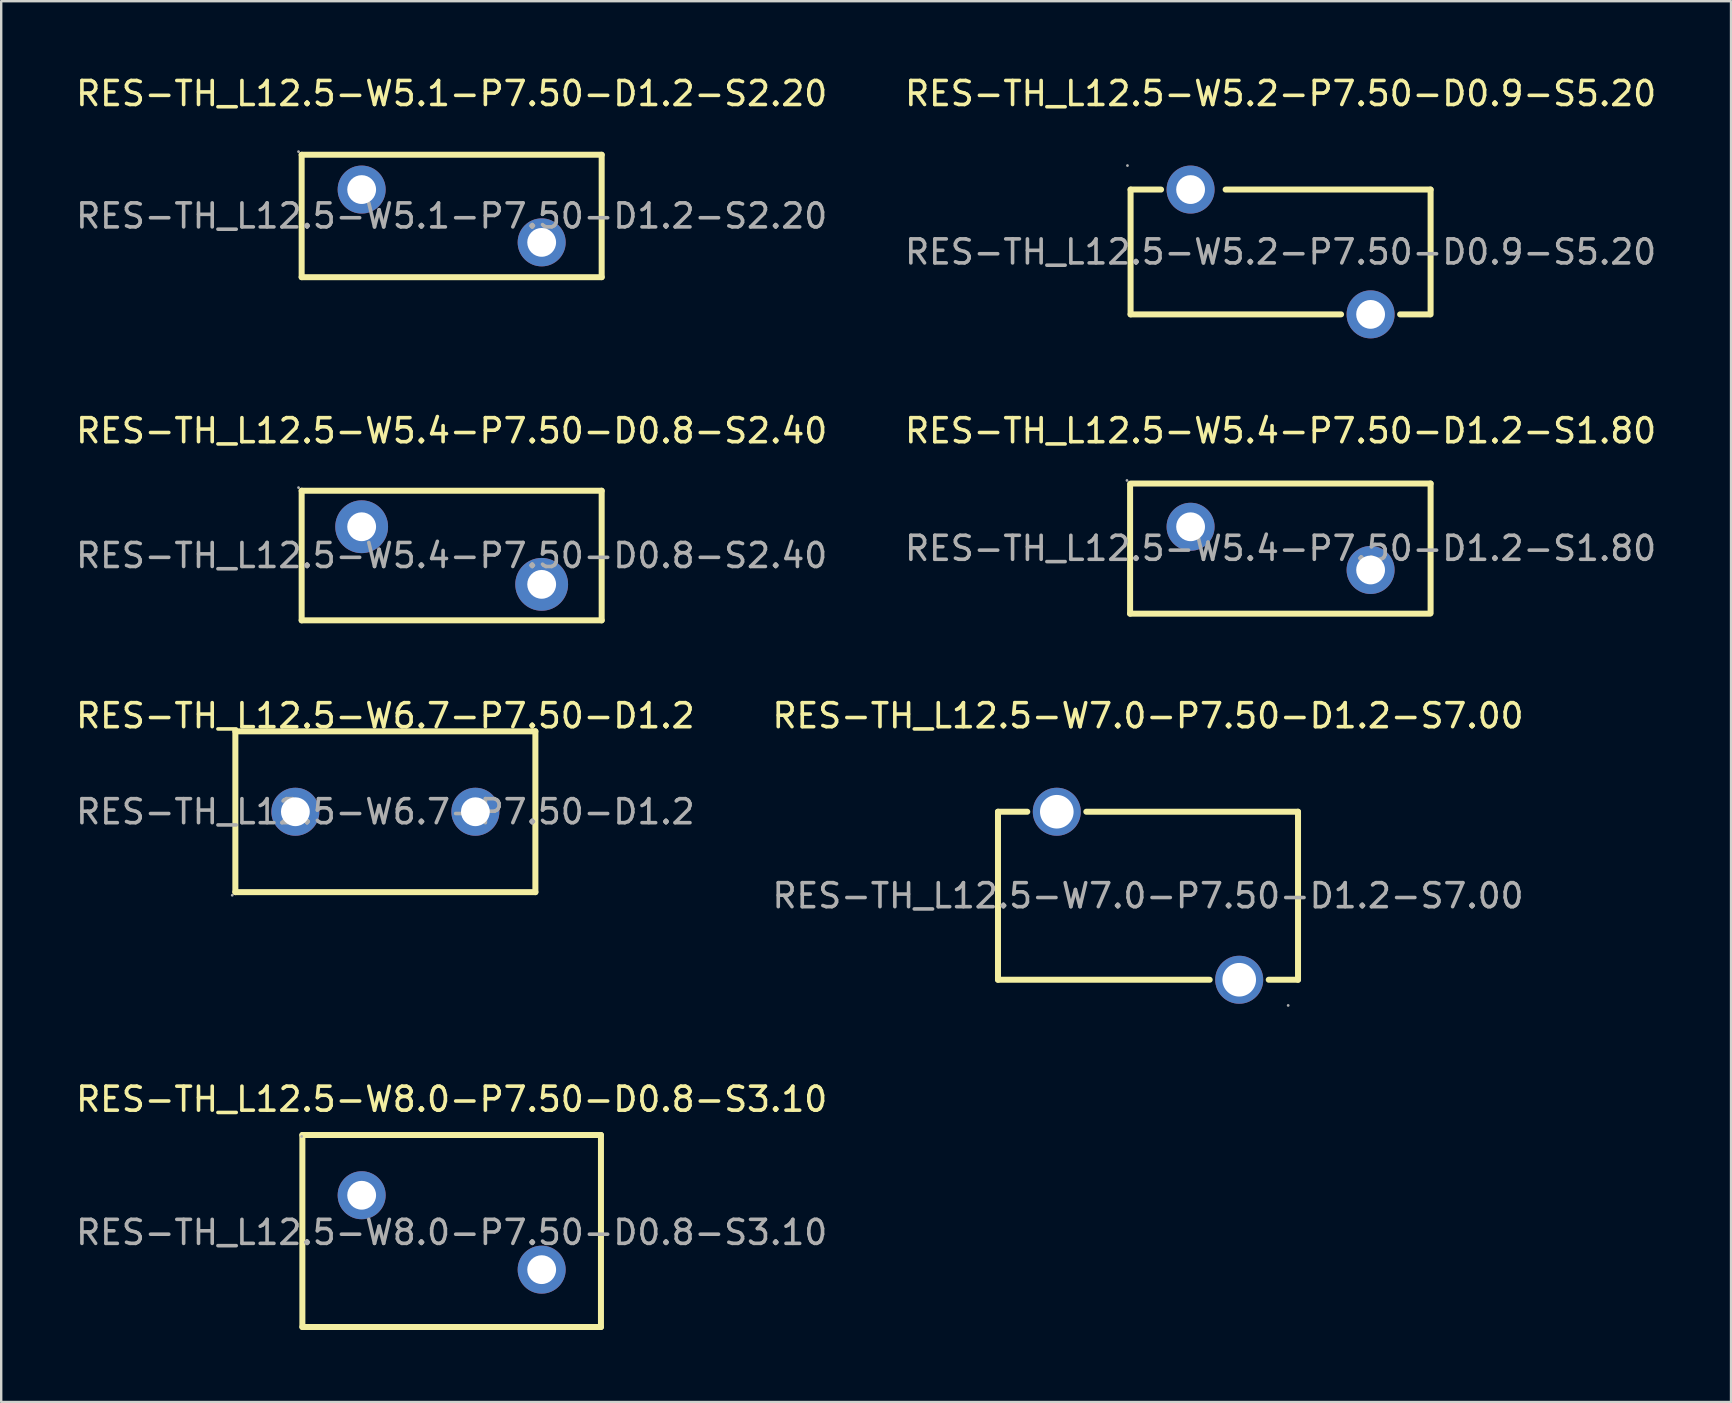
<source format=kicad_pcb>
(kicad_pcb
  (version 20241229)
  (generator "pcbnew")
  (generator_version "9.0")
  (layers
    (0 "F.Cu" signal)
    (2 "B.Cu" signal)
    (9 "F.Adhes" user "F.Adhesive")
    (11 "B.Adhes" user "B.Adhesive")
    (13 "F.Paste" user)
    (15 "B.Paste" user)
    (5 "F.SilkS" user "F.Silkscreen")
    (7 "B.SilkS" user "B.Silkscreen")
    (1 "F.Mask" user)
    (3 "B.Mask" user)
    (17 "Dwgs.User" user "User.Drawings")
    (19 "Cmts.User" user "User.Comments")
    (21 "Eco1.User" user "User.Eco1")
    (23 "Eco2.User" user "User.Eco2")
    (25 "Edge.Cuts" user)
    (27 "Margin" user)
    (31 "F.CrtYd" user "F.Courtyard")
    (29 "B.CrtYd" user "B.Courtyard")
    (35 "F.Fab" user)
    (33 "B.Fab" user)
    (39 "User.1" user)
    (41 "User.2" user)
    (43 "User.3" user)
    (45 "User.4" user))
  (footprint "RES-TH_L12.5-W6.7-P7.50-D1.2"
    (layer "F.Cu")
    (at 13.006 30.77)
    (property "Reference" "RES-TH_L12.5-W6.7-P7.50-D1.2" (at 0 -4 0) (layer "F.SilkS") (effects (font (size 1 1) (thickness 0.15))))
    (attr through_hole)
    (fp_line (start -6.25 -3.35) (end 6.25 -3.35) (stroke (width 0.25) (type solid)) (layer "F.SilkS"))
    (fp_line (start -6.25 3.35) (end -6.25 -3.35) (stroke (width 0.25) (type solid)) (layer "F.SilkS"))
    (fp_line (start 6.25 -3.35) (end 6.25 3.35) (stroke (width 0.25) (type solid)) (layer "F.SilkS"))
    (fp_line (start 6.25 3.35) (end -6.25 3.35) (stroke (width 0.25) (type solid)) (layer "F.SilkS"))
    (fp_circle (center -6.38 3.48) (end -6.35 3.48) (stroke (width 0.06) (type solid)) (fill no) (layer "F.Fab"))
    (fp_circle (center -3.75 0) (end -3.5 0) (stroke (width 0.5) (type solid)) (fill no) (layer "F.Fab"))
    (fp_circle (center 3.75 0) (end 4 0) (stroke (width 0.5) (type solid)) (fill no) (layer "F.Fab"))
    (fp_text user "${REFERENCE}" (at 0 0 0) (layer "F.Fab") (effects (font (size 1 1) (thickness 0.15))))
    (pad "1" thru_hole circle (at -3.75 0) (size 2 2) (drill 1.2) (layers "*.Cu" "*.Paste" "*.Mask"))
    (pad "2" thru_hole circle (at 3.75 0) (size 2 2) (drill 1.2) (layers "*.Cu" "*.Paste" "*.Mask")))
  (footprint "RES-TH_L12.5-W7.0-P7.50-D1.2-S7.00"
    (layer "F.Cu")
    (at 44.78 34.27)
    (property "Reference" "RES-TH_L12.5-W7.0-P7.50-D1.2-S7.00" (at 0 -7.5 0) (layer "F.SilkS") (effects (font (size 1 1) (thickness 0.15))))
    (attr through_hole)
    (fp_line (start -6.25 -3.5) (end -6.25 3.5) (stroke (width 0.25) (type solid)) (layer "F.SilkS"))
    (fp_line (start -6.25 3.5) (end 2.57 3.5) (stroke (width 0.25) (type solid)) (layer "F.SilkS"))
    (fp_line (start -5.03 -3.5) (end -6.25 -3.5) (stroke (width 0.25) (type solid)) (layer "F.SilkS"))
    (fp_line (start 5.03 3.5) (end 6.25 3.5) (stroke (width 0.25) (type solid)) (layer "F.SilkS"))
    (fp_line (start 6.25 -3.5) (end -2.57 -3.5) (stroke (width 0.25) (type solid)) (layer "F.SilkS"))
    (fp_line (start 6.25 3.5) (end 6.25 -3.5) (stroke (width 0.25) (type solid)) (layer "F.SilkS"))
    (fp_circle (center -3.8 -3.5) (end -3.5 -3.5) (stroke (width 0.6) (type solid)) (fill no) (layer "F.Fab"))
    (fp_circle (center 3.8 3.5) (end 4.1 3.5) (stroke (width 0.6) (type solid)) (fill no) (layer "F.Fab"))
    (fp_circle (center 5.84 4.57) (end 5.87 4.57) (stroke (width 0.06) (type solid)) (fill no) (layer "F.Fab"))
    (fp_text user "${REFERENCE}" (at 0 0 0) (layer "F.Fab") (effects (font (size 1 1) (thickness 0.15))))
    (pad "1" thru_hole circle (at 3.8 3.5) (size 2 2) (drill 1.4) (layers "*.Cu" "*.Paste" "*.Mask"))
    (pad "2" thru_hole circle (at -3.8 -3.5) (size 2 2) (drill 1.4) (layers "*.Cu" "*.Paste" "*.Mask")))
  (footprint "RES-TH_L12.5-W5.1-P7.50-D1.2-S2.20"
    (layer "F.Cu")
    (at 15.768 5.948)
    (property "Reference" "RES-TH_L12.5-W5.1-P7.50-D1.2-S2.20" (at 0 -5.1 0) (layer "F.SilkS") (effects (font (size 1 1) (thickness 0.15))))
    (attr through_hole)
    (fp_line (start -6.25 -2.55) (end 6.25 -2.55) (stroke (width 0.25) (type solid)) (layer "F.SilkS"))
    (fp_line (start -6.25 2.55) (end -6.25 -2.55) (stroke (width 0.25) (type solid)) (layer "F.SilkS"))
    (fp_line (start 6.25 -2.55) (end 6.25 2.55) (stroke (width 0.25) (type solid)) (layer "F.SilkS"))
    (fp_line (start 6.25 2.55) (end -6.25 2.55) (stroke (width 0.25) (type solid)) (layer "F.SilkS"))
    (fp_circle (center -6.38 -2.68) (end -6.35 -2.68) (stroke (width 0.06) (type solid)) (fill no) (layer "F.Fab"))
    (fp_circle (center -3.75 -1.1) (end -3.5 -1.1) (stroke (width 0.5) (type solid)) (fill no) (layer "F.Fab"))
    (fp_circle (center 3.75 1.1) (end 4 1.1) (stroke (width 0.5) (type solid)) (fill no) (layer "F.Fab"))
    (fp_text user "${REFERENCE}" (at 0 0 0) (layer "F.Fab") (effects (font (size 1 1) (thickness 0.15))))
    (pad "1" thru_hole circle (at -3.75 -1.1) (size 2 2) (drill 1.2) (layers "*.Cu" "*.Paste" "*.Mask"))
    (pad "2" thru_hole circle (at 3.75 1.1) (size 2 2) (drill 1.2) (layers "*.Cu" "*.Paste" "*.Mask")))
  (footprint "RES-TH_L12.5-W5.4-P7.50-D1.2-S1.80"
    (layer "F.Cu")
    (at 50.304 19.797)
    (property "Reference" "RES-TH_L12.5-W5.4-P7.50-D1.2-S1.80" (at 0 -4.9 0) (layer "F.SilkS") (effects (font (size 1 1) (thickness 0.15))))
    (attr through_hole)
    (fp_line (start -6.27 2.72) (end -6.27 -2.68) (stroke (width 0.25) (type solid)) (layer "F.SilkS"))
    (fp_line (start -6.25 -2.7) (end 6.25 -2.7) (stroke (width 0.25) (type solid)) (layer "F.SilkS"))
    (fp_line (start 6.23 2.72) (end -6.27 2.72) (stroke (width 0.25) (type solid)) (layer "F.SilkS"))
    (fp_line (start 6.25 -2.7) (end 6.25 2.7) (stroke (width 0.25) (type solid)) (layer "F.SilkS"))
    (fp_circle (center -6.4 -2.83) (end -6.37 -2.83) (stroke (width 0.06) (type solid)) (fill no) (layer "F.Fab"))
    (fp_circle (center -3.75 -0.9) (end -3.5 -0.9) (stroke (width 0.5) (type solid)) (fill no) (layer "F.Fab"))
    (fp_circle (center 3.75 0.9) (end 4 0.9) (stroke (width 0.5) (type solid)) (fill no) (layer "F.Fab"))
    (fp_text user "${REFERENCE}" (at 0 0 0) (layer "F.Fab") (effects (font (size 1 1) (thickness 0.15))))
    (pad "1" thru_hole circle (at -3.75 -0.9) (size 2 2) (drill 1.2) (layers "*.Cu" "*.Paste" "*.Mask"))
    (pad "2" thru_hole circle (at 3.75 0.9) (size 2 2) (drill 1.2) (layers "*.Cu" "*.Paste" "*.Mask")))
  (footprint "RES-TH_L12.5-W5.2-P7.50-D0.9-S5.20"
    (layer "F.Cu")
    (at 50.304 7.448)
    (property "Reference" "RES-TH_L12.5-W5.2-P7.50-D0.9-S5.20" (at 0 -6.6 0) (layer "F.SilkS") (effects (font (size 1 1) (thickness 0.15))))
    (attr through_hole)
    (fp_line (start -6.25 -2.6) (end -6.25 2.6) (stroke (width 0.25) (type solid)) (layer "F.SilkS"))
    (fp_line (start -6.25 -2.6) (end -4.98 -2.6) (stroke (width 0.25) (type solid)) (layer "F.SilkS"))
    (fp_line (start -6.25 2.6) (end 2.52 2.6) (stroke (width 0.25) (type solid)) (layer "F.SilkS"))
    (fp_line (start 4.98 2.6) (end 6.22 2.6) (stroke (width 0.25) (type solid)) (layer "F.SilkS"))
    (fp_line (start 6.25 -2.6) (end -2.29 -2.6) (stroke (width 0.25) (type solid)) (layer "F.SilkS"))
    (fp_line (start 6.25 -2.6) (end 6.25 2.6) (stroke (width 0.25) (type solid)) (layer "F.SilkS"))
    (fp_circle (center -6.38 -3.6) (end -6.35 -3.6) (stroke (width 0.06) (type solid)) (fill no) (layer "F.Fab"))
    (fp_circle (center -3.75 -2.6) (end -3.5 -2.6) (stroke (width 0.5) (type solid)) (fill no) (layer "F.Fab"))
    (fp_circle (center 3.75 2.6) (end 4 2.6) (stroke (width 0.5) (type solid)) (fill no) (layer "F.Fab"))
    (fp_text user "${REFERENCE}" (at 0 0 0) (layer "F.Fab") (effects (font (size 1 1) (thickness 0.15))))
    (pad "1" thru_hole circle (at -3.75 -2.6) (size 2 2) (drill 1.2) (layers "*.Cu" "*.Paste" "*.Mask"))
    (pad "2" thru_hole circle (at 3.75 2.6) (size 2 2) (drill 1.2) (layers "*.Cu" "*.Paste" "*.Mask")))
  (footprint "RES-TH_L12.5-W5.4-P7.50-D0.8-S2.40"
    (layer "F.Cu")
    (at 15.768 20.096)
    (property "Reference" "RES-TH_L12.5-W5.4-P7.50-D0.8-S2.40" (at 0 -5.2 0) (layer "F.SilkS") (effects (font (size 1 1) (thickness 0.15))))
    (attr through_hole)
    (fp_line (start -6.25 -2.7) (end -6.25 2.7) (stroke (width 0.25) (type solid)) (layer "F.SilkS"))
    (fp_line (start -6.25 -2.7) (end 6.25 -2.7) (stroke (width 0.25) (type solid)) (layer "F.SilkS"))
    (fp_line (start -6.25 2.7) (end 6.25 2.7) (stroke (width 0.25) (type solid)) (layer "F.SilkS"))
    (fp_line (start 6.25 -2.7) (end 6.25 2.7) (stroke (width 0.25) (type solid)) (layer "F.SilkS"))
    (fp_circle (center -6.38 -2.83) (end -6.35 -2.83) (stroke (width 0.06) (type solid)) (fill no) (layer "F.Fab"))
    (fp_circle (center -3.75 -1.2) (end -3.5 -1.2) (stroke (width 0.5) (type solid)) (fill no) (layer "F.Fab"))
    (fp_circle (center 3.75 1.2) (end 4 1.2) (stroke (width 0.5) (type solid)) (fill no) (layer "F.Fab"))
    (fp_text user "${REFERENCE}" (at 0 0 0) (layer "F.Fab") (effects (font (size 1 1) (thickness 0.15))))
    (pad "1" thru_hole circle (at -3.75 -1.2) (size 2.2 2.2) (drill 1.2) (layers "*.Cu" "*.Paste" "*.Mask"))
    (pad "2" thru_hole circle (at 3.75 1.2) (size 2.2 2.2) (drill 1.2) (layers "*.Cu" "*.Paste" "*.Mask")))
  (footprint "RES-TH_L12.5-W8.0-P7.50-D0.8-S3.10"
    (layer "F.Cu")
    (at 15.768 48.298)
    (property "Reference" "RES-TH_L12.5-W8.0-P7.50-D0.8-S3.10" (at 0 -5.55 0) (layer "F.SilkS") (effects (font (size 1 1) (thickness 0.15))))
    (attr through_hole)
    (fp_line (start -6.22 -4.06) (end 6.22 -4.06) (stroke (width 0.25) (type solid)) (layer "F.SilkS"))
    (fp_line (start -6.22 3.94) (end -6.22 -4.06) (stroke (width 0.25) (type solid)) (layer "F.SilkS"))
    (fp_line (start 6.22 -4.06) (end 6.22 3.94) (stroke (width 0.25) (type solid)) (layer "F.SilkS"))
    (fp_line (start 6.22 3.94) (end -6.22 3.94) (stroke (width 0.25) (type solid)) (layer "F.SilkS"))
    (fp_circle (center -6.25 -4) (end -6.22 -4) (stroke (width 0.06) (type solid)) (fill no) (layer "F.Fab"))
    (fp_circle (center -3.75 -1.55) (end -3.55 -1.55) (stroke (width 0.4) (type solid)) (fill no) (layer "F.Fab"))
    (fp_circle (center 3.75 1.55) (end 3.95 1.55) (stroke (width 0.4) (type solid)) (fill no) (layer "F.Fab"))
    (fp_text user "${REFERENCE}" (at 0 0 0) (layer "F.Fab") (effects (font (size 1 1) (thickness 0.15))))
    (pad "1" thru_hole circle (at -3.75 -1.55) (size 2 2) (drill 1.2) (layers "*.Cu" "*.Paste" "*.Mask"))
    (pad "2" thru_hole circle (at 3.75 1.55) (size 2 2) (drill 1.2) (layers "*.Cu" "*.Paste" "*.Mask")))
  (gr_rect
    (start -3 -3)
    (end 69.071 55.363)
    (stroke (width 0.1) (type default))
    (fill no)
    (layer "Edge.Cuts")))
</source>
